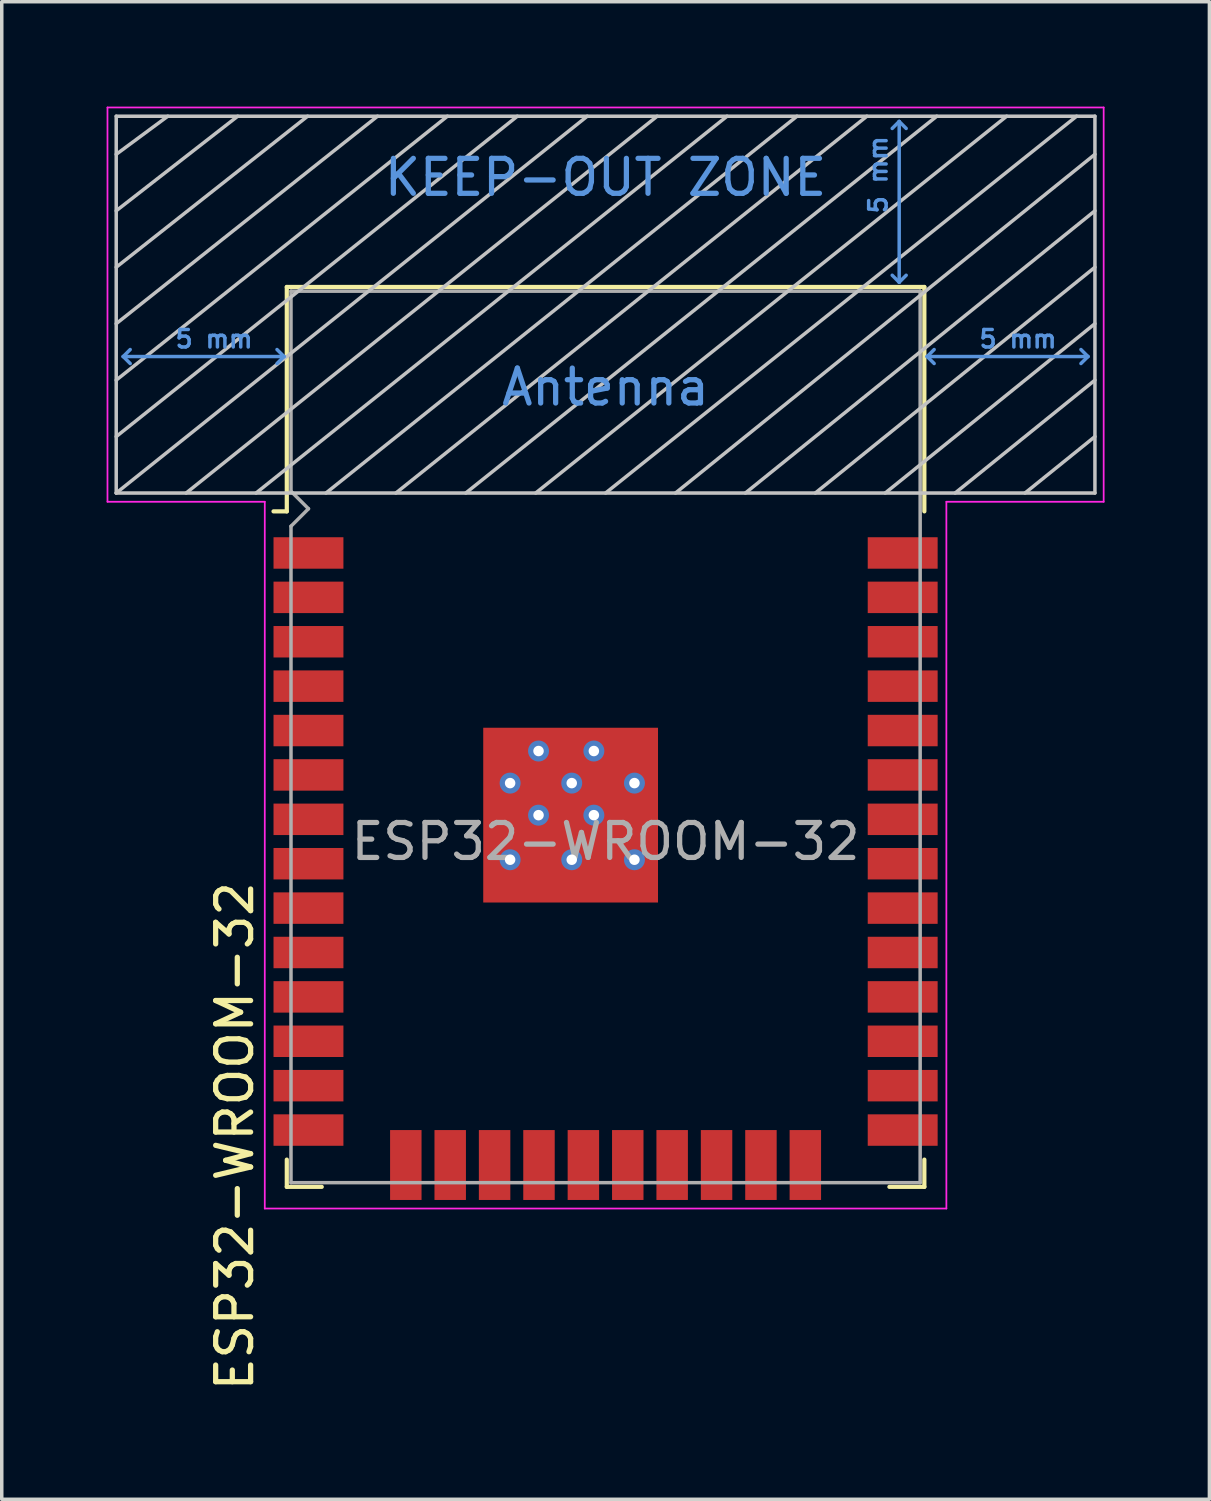
<source format=kicad_pcb>
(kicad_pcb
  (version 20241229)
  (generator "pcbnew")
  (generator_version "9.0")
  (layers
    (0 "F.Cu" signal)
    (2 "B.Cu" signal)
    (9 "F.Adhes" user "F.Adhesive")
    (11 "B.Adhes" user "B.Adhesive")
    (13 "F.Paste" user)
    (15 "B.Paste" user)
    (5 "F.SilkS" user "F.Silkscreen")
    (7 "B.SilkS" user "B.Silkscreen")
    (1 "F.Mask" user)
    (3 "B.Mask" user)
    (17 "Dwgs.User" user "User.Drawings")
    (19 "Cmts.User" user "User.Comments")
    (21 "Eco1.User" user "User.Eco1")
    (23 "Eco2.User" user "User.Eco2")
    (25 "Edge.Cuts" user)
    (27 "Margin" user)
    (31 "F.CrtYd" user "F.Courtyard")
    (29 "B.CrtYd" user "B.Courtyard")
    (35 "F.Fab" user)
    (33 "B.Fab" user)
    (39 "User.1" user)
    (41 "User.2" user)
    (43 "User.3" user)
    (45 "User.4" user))
  (footprint "ESP32-WROOM-32"
    (layer "F.Cu")
    (at 14.275 21.025)
    (property "Reference" "ESP32-WROOM-32" (at -10.61 8.43 90) (layer "F.SilkS") (effects (font (size 1 1) (thickness 0.15))))
    (attr smd)
    (fp_line (start -9.12 -15.865) (end -9.12 -9.445) (stroke (width 0.12) (type solid)) (layer "F.SilkS"))
    (fp_line (start -9.12 -15.865) (end 9.12 -15.865) (stroke (width 0.12) (type solid)) (layer "F.SilkS"))
    (fp_line (start -9.12 -9.445) (end -9.5 -9.445) (stroke (width 0.12) (type solid)) (layer "F.SilkS"))
    (fp_line (start -9.12 9.1) (end -9.12 9.88) (stroke (width 0.12) (type solid)) (layer "F.SilkS"))
    (fp_line (start -9.12 9.88) (end -8.12 9.88) (stroke (width 0.12) (type solid)) (layer "F.SilkS"))
    (fp_line (start 9.12 -15.865) (end 9.12 -9.445) (stroke (width 0.12) (type solid)) (layer "F.SilkS"))
    (fp_line (start 9.12 9.1) (end 9.12 9.88) (stroke (width 0.12) (type solid)) (layer "F.SilkS"))
    (fp_line (start 9.12 9.88) (end 8.12 9.88) (stroke (width 0.12) (type solid)) (layer "F.SilkS"))
    (fp_line (start -14 -9.97) (end -14 -20.75) (stroke (width 0.1) (type solid)) (layer "Dwgs.User"))
    (fp_line (start -12.525 -20.75) (end -14 -19.66) (stroke (width 0.1) (type solid)) (layer "Dwgs.User"))
    (fp_line (start -10.525 -20.75) (end -14 -18.045) (stroke (width 0.1) (type solid)) (layer "Dwgs.User"))
    (fp_line (start -8.525 -20.75) (end -14 -16.43) (stroke (width 0.1) (type solid)) (layer "Dwgs.User"))
    (fp_line (start -8 -9.97) (end 5.475 -20.75) (stroke (width 0.1) (type solid)) (layer "Dwgs.User"))
    (fp_line (start -6.525 -20.75) (end -14 -14.815) (stroke (width 0.1) (type solid)) (layer "Dwgs.User"))
    (fp_line (start -4.525 -20.75) (end -14 -13.2) (stroke (width 0.1) (type solid)) (layer "Dwgs.User"))
    (fp_line (start -2.525 -20.75) (end -14 -11.585) (stroke (width 0.1) (type solid)) (layer "Dwgs.User"))
    (fp_line (start -0.525 -20.75) (end -14 -9.97) (stroke (width 0.1) (type solid)) (layer "Dwgs.User"))
    (fp_line (start 1.475 -20.75) (end -12 -9.97) (stroke (width 0.1) (type solid)) (layer "Dwgs.User"))
    (fp_line (start 3.475 -20.75) (end -10 -9.97) (stroke (width 0.1) (type solid)) (layer "Dwgs.User"))
    (fp_line (start 7.475 -20.75) (end -6 -9.97) (stroke (width 0.1) (type solid)) (layer "Dwgs.User"))
    (fp_line (start 9.475 -20.75) (end -4 -9.97) (stroke (width 0.1) (type solid)) (layer "Dwgs.User"))
    (fp_line (start 11.475 -20.75) (end -2 -9.97) (stroke (width 0.1) (type solid)) (layer "Dwgs.User"))
    (fp_line (start 13.475 -20.75) (end 0 -9.97) (stroke (width 0.1) (type solid)) (layer "Dwgs.User"))
    (fp_line (start 14 -20.75) (end -14 -20.75) (stroke (width 0.1) (type solid)) (layer "Dwgs.User"))
    (fp_line (start 14 -19.66) (end 2 -9.97) (stroke (width 0.1) (type solid)) (layer "Dwgs.User"))
    (fp_line (start 14 -18.045) (end 4 -9.97) (stroke (width 0.1) (type solid)) (layer "Dwgs.User"))
    (fp_line (start 14 -16.43) (end 6 -9.97) (stroke (width 0.1) (type solid)) (layer "Dwgs.User"))
    (fp_line (start 14 -14.815) (end 8 -9.97) (stroke (width 0.1) (type solid)) (layer "Dwgs.User"))
    (fp_line (start 14 -13.2) (end 10 -9.97) (stroke (width 0.1) (type solid)) (layer "Dwgs.User"))
    (fp_line (start 14 -11.585) (end 12 -9.97) (stroke (width 0.1) (type solid)) (layer "Dwgs.User"))
    (fp_line (start 14 -9.97) (end -14 -9.97) (stroke (width 0.1) (type solid)) (layer "Dwgs.User"))
    (fp_line (start 14 -9.97) (end 14 -20.75) (stroke (width 0.1) (type solid)) (layer "Dwgs.User"))
    (fp_line (start -13.8 -13.875) (end -13.6 -14.075) (stroke (width 0.1) (type solid)) (layer "Cmts.User"))
    (fp_line (start -13.8 -13.875) (end -13.6 -13.675) (stroke (width 0.1) (type solid)) (layer "Cmts.User"))
    (fp_line (start -13.8 -13.875) (end -9.2 -13.875) (stroke (width 0.1) (type solid)) (layer "Cmts.User"))
    (fp_line (start -9.2 -13.875) (end -9.4 -14.075) (stroke (width 0.1) (type solid)) (layer "Cmts.User"))
    (fp_line (start -9.2 -13.875) (end -9.4 -13.675) (stroke (width 0.1) (type solid)) (layer "Cmts.User"))
    (fp_line (start 8.4 -20.6) (end 8.2 -20.4) (stroke (width 0.1) (type solid)) (layer "Cmts.User"))
    (fp_line (start 8.4 -20.6) (end 8.6 -20.4) (stroke (width 0.1) (type solid)) (layer "Cmts.User"))
    (fp_line (start 8.4 -16) (end 8.2 -16.2) (stroke (width 0.1) (type solid)) (layer "Cmts.User"))
    (fp_line (start 8.4 -16) (end 8.4 -20.6) (stroke (width 0.1) (type solid)) (layer "Cmts.User"))
    (fp_line (start 8.4 -16) (end 8.6 -16.2) (stroke (width 0.1) (type solid)) (layer "Cmts.User"))
    (fp_line (start 9.2 -13.875) (end 9.4 -14.075) (stroke (width 0.1) (type solid)) (layer "Cmts.User"))
    (fp_line (start 9.2 -13.875) (end 9.4 -13.675) (stroke (width 0.1) (type solid)) (layer "Cmts.User"))
    (fp_line (start 9.2 -13.875) (end 13.8 -13.875) (stroke (width 0.1) (type solid)) (layer "Cmts.User"))
    (fp_line (start 13.8 -13.875) (end 13.6 -14.075) (stroke (width 0.1) (type solid)) (layer "Cmts.User"))
    (fp_line (start 13.8 -13.875) (end 13.6 -13.675) (stroke (width 0.1) (type solid)) (layer "Cmts.User"))
    (fp_line (start -14.25 -21) (end -14.25 -9.72) (stroke (width 0.05) (type solid)) (layer "F.CrtYd"))
    (fp_line (start -14.25 -21) (end 14.25 -21) (stroke (width 0.05) (type solid)) (layer "F.CrtYd"))
    (fp_line (start -14.25 -9.72) (end -9.75 -9.72) (stroke (width 0.05) (type solid)) (layer "F.CrtYd"))
    (fp_line (start -9.75 10.5) (end -9.75 -9.72) (stroke (width 0.05) (type solid)) (layer "F.CrtYd"))
    (fp_line (start -9.75 10.5) (end 9.75 10.5) (stroke (width 0.05) (type solid)) (layer "F.CrtYd"))
    (fp_line (start 9.75 -9.72) (end 9.75 10.5) (stroke (width 0.05) (type solid)) (layer "F.CrtYd"))
    (fp_line (start 9.75 -9.72) (end 14.25 -9.72) (stroke (width 0.05) (type solid)) (layer "F.CrtYd"))
    (fp_line (start 14.25 -21) (end 14.25 -9.72) (stroke (width 0.05) (type solid)) (layer "F.CrtYd"))
    (fp_line (start -9 -15.745) (end -9 -10.02) (stroke (width 0.1) (type solid)) (layer "F.Fab"))
    (fp_line (start -9 -15.745) (end 9 -15.745) (stroke (width 0.1) (type solid)) (layer "F.Fab"))
    (fp_line (start -9 -9.02) (end -9 9.76) (stroke (width 0.1) (type solid)) (layer "F.Fab"))
    (fp_line (start -9 -9.02) (end -8.5 -9.52) (stroke (width 0.1) (type solid)) (layer "F.Fab"))
    (fp_line (start -9 9.76) (end 9 9.76) (stroke (width 0.1) (type solid)) (layer "F.Fab"))
    (fp_line (start -8.5 -9.52) (end -9 -10.02) (stroke (width 0.1) (type solid)) (layer "F.Fab"))
    (fp_line (start 9 9.76) (end 9 -15.745) (stroke (width 0.1) (type solid)) (layer "F.Fab"))
    (fp_text user "KEEP-OUT ZONE" (at 0 -19 0) (layer "Cmts.User") (effects (font (size 1 1) (thickness 0.15))))
    (fp_text user "5 mm" (at 11.8 -14.375 0) (layer "Cmts.User") (effects (font (size 0.5 0.5) (thickness 0.1))))
    (fp_text user "5 mm" (at 7.8 -19.075 90) (layer "Cmts.User") (effects (font (size 0.5 0.5) (thickness 0.1))))
    (fp_text user "Antenna" (at 0 -13 0) (layer "Cmts.User") (effects (font (size 1 1) (thickness 0.15))))
    (fp_text user "5 mm" (at -11.2 -14.375 0) (layer "Cmts.User") (effects (font (size 0.5 0.5) (thickness 0.1))))
    (fp_text user "${REFERENCE}" (at 0 0 0) (layer "F.Fab") (effects (font (size 1 1) (thickness 0.15))))
    (pad "" thru_hole circle (at -2.731 -1.671) (size 0.6 0.6) (drill 0.3) (layers "*.Cu" "*.Mask"))
    (pad "" thru_hole circle (at -2.731 0.521) (size 0.6 0.6) (drill 0.3) (layers "*.Cu" "*.Mask"))
    (pad "" thru_hole circle (at -1.918 -2.589) (size 0.6 0.6) (drill 0.3) (layers "*.Cu" "*.Mask"))
    (pad "" thru_hole circle (at -1.918 -0.754) (size 0.6 0.6) (drill 0.3) (layers "*.Cu" "*.Mask"))
    (pad "" thru_hole circle (at -0.968 -1.671) (size 0.6 0.6) (drill 0.3) (layers "*.Cu" "*.Mask"))
    (pad "" thru_hole circle (at -0.968 0.521) (size 0.6 0.6) (drill 0.3) (layers "*.Cu" "*.Mask"))
    (pad "" thru_hole circle (at -0.335 -2.589) (size 0.6 0.6) (drill 0.3) (layers "*.Cu" "*.Mask"))
    (pad "" thru_hole circle (at -0.335 -0.754) (size 0.6 0.6) (drill 0.3) (layers "*.Cu" "*.Mask"))
    (pad "" thru_hole circle (at 0.826 -1.671) (size 0.6 0.6) (drill 0.3) (layers "*.Cu" "*.Mask"))
    (pad "" thru_hole circle (at 0.826 0.521) (size 0.6 0.6) (drill 0.3) (layers "*.Cu" "*.Mask"))
    (pad "1" smd rect (at -8.5 -8.255) (size 2 0.9) (layers "F.Cu" "F.Mask" "F.Paste"))
    (pad "2" smd rect (at -8.5 -6.985) (size 2 0.9) (layers "F.Cu" "F.Mask" "F.Paste"))
    (pad "3" smd rect (at -8.5 -5.715) (size 2 0.9) (layers "F.Cu" "F.Mask" "F.Paste"))
    (pad "4" smd rect (at -8.5 -4.445) (size 2 0.9) (layers "F.Cu" "F.Mask" "F.Paste"))
    (pad "5" smd rect (at -8.5 -3.175) (size 2 0.9) (layers "F.Cu" "F.Mask" "F.Paste"))
    (pad "6" smd rect (at -8.5 -1.905) (size 2 0.9) (layers "F.Cu" "F.Mask" "F.Paste"))
    (pad "7" smd rect (at -8.5 -0.635) (size 2 0.9) (layers "F.Cu" "F.Mask" "F.Paste"))
    (pad "8" smd rect (at -8.5 0.635) (size 2 0.9) (layers "F.Cu" "F.Mask" "F.Paste"))
    (pad "9" smd rect (at -8.5 1.905) (size 2 0.9) (layers "F.Cu" "F.Mask" "F.Paste"))
    (pad "10" smd rect (at -8.5 3.175) (size 2 0.9) (layers "F.Cu" "F.Mask" "F.Paste"))
    (pad "11" smd rect (at -8.5 4.445) (size 2 0.9) (layers "F.Cu" "F.Mask" "F.Paste"))
    (pad "12" smd rect (at -8.5 5.715) (size 2 0.9) (layers "F.Cu" "F.Mask" "F.Paste"))
    (pad "13" smd rect (at -8.5 6.985) (size 2 0.9) (layers "F.Cu" "F.Mask" "F.Paste"))
    (pad "14" smd rect (at -8.5 8.255) (size 2 0.9) (layers "F.Cu" "F.Mask" "F.Paste"))
    (pad "15" smd rect (at -5.715 9.255 90) (size 2 0.9) (layers "F.Cu" "F.Mask" "F.Paste"))
    (pad "16" smd rect (at -4.445 9.255 90) (size 2 0.9) (layers "F.Cu" "F.Mask" "F.Paste"))
    (pad "17" smd rect (at -3.175 9.255 90) (size 2 0.9) (layers "F.Cu" "F.Mask" "F.Paste"))
    (pad "18" smd rect (at -1.905 9.255 90) (size 2 0.9) (layers "F.Cu" "F.Mask" "F.Paste"))
    (pad "19" smd rect (at -0.635 9.255 90) (size 2 0.9) (layers "F.Cu" "F.Mask" "F.Paste"))
    (pad "20" smd rect (at 0.635 9.255 90) (size 2 0.9) (layers "F.Cu" "F.Mask" "F.Paste"))
    (pad "21" smd rect (at 1.905 9.255 90) (size 2 0.9) (layers "F.Cu" "F.Mask" "F.Paste"))
    (pad "22" smd rect (at 3.175 9.255 90) (size 2 0.9) (layers "F.Cu" "F.Mask" "F.Paste"))
    (pad "23" smd rect (at 4.445 9.255 90) (size 2 0.9) (layers "F.Cu" "F.Mask" "F.Paste"))
    (pad "24" smd rect (at 5.715 9.255 90) (size 2 0.9) (layers "F.Cu" "F.Mask" "F.Paste"))
    (pad "25" smd rect (at 8.5 8.255) (size 2 0.9) (layers "F.Cu" "F.Mask" "F.Paste"))
    (pad "26" smd rect (at 8.5 6.985) (size 2 0.9) (layers "F.Cu" "F.Mask" "F.Paste"))
    (pad "27" smd rect (at 8.5 5.715) (size 2 0.9) (layers "F.Cu" "F.Mask" "F.Paste"))
    (pad "28" smd rect (at 8.5 4.445) (size 2 0.9) (layers "F.Cu" "F.Mask" "F.Paste"))
    (pad "29" smd rect (at 8.5 3.175) (size 2 0.9) (layers "F.Cu" "F.Mask" "F.Paste"))
    (pad "30" smd rect (at 8.5 1.905) (size 2 0.9) (layers "F.Cu" "F.Mask" "F.Paste"))
    (pad "31" smd rect (at 8.5 0.635) (size 2 0.9) (layers "F.Cu" "F.Mask" "F.Paste"))
    (pad "32" smd rect (at 8.5 -0.635) (size 2 0.9) (layers "F.Cu" "F.Mask" "F.Paste"))
    (pad "33" smd rect (at 8.5 -1.905) (size 2 0.9) (layers "F.Cu" "F.Mask" "F.Paste"))
    (pad "34" smd rect (at 8.5 -3.175) (size 2 0.9) (layers "F.Cu" "F.Mask" "F.Paste"))
    (pad "35" smd rect (at 8.5 -4.445) (size 2 0.9) (layers "F.Cu" "F.Mask" "F.Paste"))
    (pad "36" smd rect (at 8.5 -5.715) (size 2 0.9) (layers "F.Cu" "F.Mask" "F.Paste"))
    (pad "37" smd rect (at 8.5 -6.985) (size 2 0.9) (layers "F.Cu" "F.Mask" "F.Paste"))
    (pad "38" smd rect (at 8.5 -8.255) (size 2 0.9) (layers "F.Cu" "F.Mask" "F.Paste"))
    (pad "39" smd rect (at -1 -0.755) (size 5 5) (layers "F.Cu" "F.Mask" "F.Paste")))
  (gr_rect
    (start -3 -3)
    (end 31.55 39.842)
    (stroke (width 0.1) (type default))
    (fill no)
    (layer "Edge.Cuts")))
</source>
